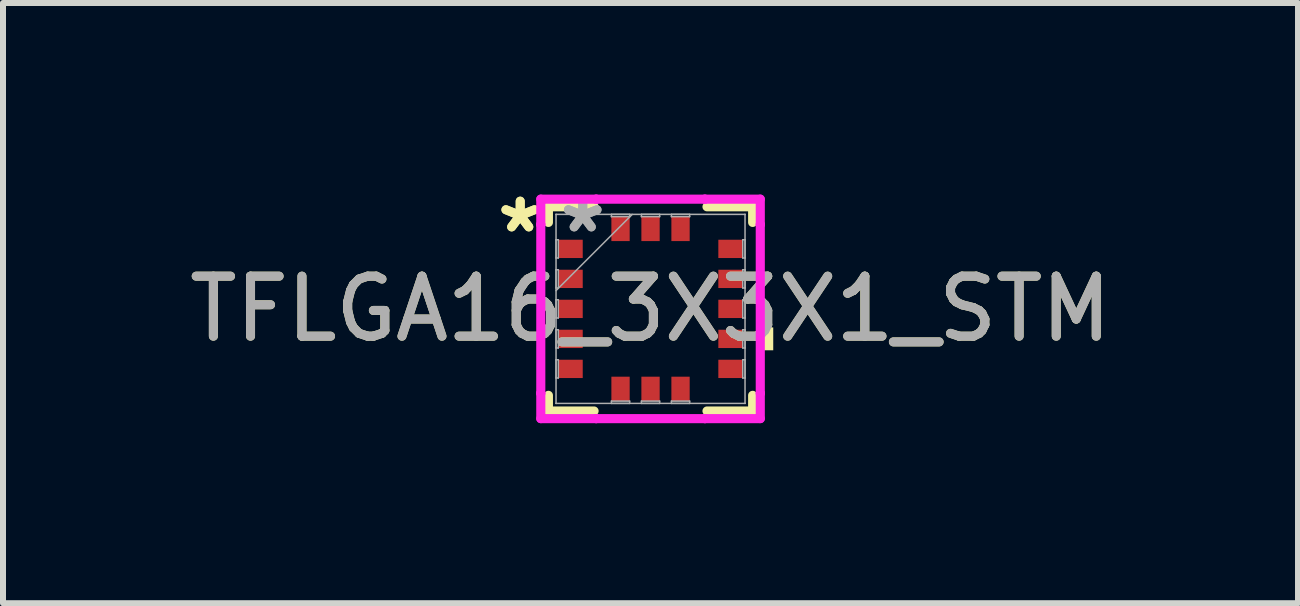
<source format=kicad_pcb>
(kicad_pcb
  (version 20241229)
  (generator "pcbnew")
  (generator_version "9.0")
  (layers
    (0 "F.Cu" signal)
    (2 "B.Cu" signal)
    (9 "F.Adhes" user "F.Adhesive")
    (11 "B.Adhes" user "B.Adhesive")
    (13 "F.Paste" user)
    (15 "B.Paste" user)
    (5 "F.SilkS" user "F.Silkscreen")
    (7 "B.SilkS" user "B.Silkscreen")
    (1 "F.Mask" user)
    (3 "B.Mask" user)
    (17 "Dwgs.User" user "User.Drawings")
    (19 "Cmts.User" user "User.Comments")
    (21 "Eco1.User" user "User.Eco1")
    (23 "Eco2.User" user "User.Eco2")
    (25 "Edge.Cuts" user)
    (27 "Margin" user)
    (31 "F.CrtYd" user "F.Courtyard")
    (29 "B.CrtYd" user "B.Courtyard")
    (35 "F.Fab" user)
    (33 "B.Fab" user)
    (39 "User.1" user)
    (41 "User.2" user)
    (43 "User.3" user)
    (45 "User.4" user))
  (footprint "TFLGA16_3X3X1_STM"
    (layer "F.Cu")
    (at 7.792 2.098)
    (property "Reference" "TFLGA16_3X3X1_STM" (at 0 0 0) (unlocked yes) (layer "F.SilkS") (effects (font (size 1 1) (thickness 0.15))))
    (attr smd)
    (fp_line (start -1.702 -1.702) (end -1.702 -1.441) (stroke (width 0.152) (type solid)) (layer "F.SilkS"))
    (fp_line (start -1.702 1.441) (end -1.702 1.702) (stroke (width 0.152) (type solid)) (layer "F.SilkS"))
    (fp_line (start -1.702 1.702) (end -0.941 1.702) (stroke (width 0.152) (type solid)) (layer "F.SilkS"))
    (fp_line (start -0.941 -1.702) (end -1.702 -1.702) (stroke (width 0.152) (type solid)) (layer "F.SilkS"))
    (fp_line (start 0.941 1.702) (end 1.702 1.702) (stroke (width 0.152) (type solid)) (layer "F.SilkS"))
    (fp_line (start 1.702 -1.702) (end 0.941 -1.702) (stroke (width 0.152) (type solid)) (layer "F.SilkS"))
    (fp_line (start 1.702 -1.441) (end 1.702 -1.702) (stroke (width 0.152) (type solid)) (layer "F.SilkS"))
    (fp_line (start 1.702 1.702) (end 1.702 1.441) (stroke (width 0.152) (type solid)) (layer "F.SilkS"))
    (fp_poly (pts (xy 2.045 0.309) (xy 2.045 0.69) (xy 1.791 0.69) (xy 1.791 0.309)) (stroke (width 0) (type solid)) (fill yes) (layer "F.SilkS"))
    (fp_line (start -1.829 -1.829) (end -0.906 -1.829) (stroke (width 0.152) (type solid)) (layer "F.CrtYd"))
    (fp_line (start -1.829 -1.406) (end -1.829 -1.829) (stroke (width 0.152) (type solid)) (layer "F.CrtYd"))
    (fp_line (start -1.829 -1.406) (end -1.829 -1.406) (stroke (width 0.152) (type solid)) (layer "F.CrtYd"))
    (fp_line (start -1.829 1.406) (end -1.829 -1.406) (stroke (width 0.152) (type solid)) (layer "F.CrtYd"))
    (fp_line (start -1.829 1.406) (end -1.829 1.406) (stroke (width 0.152) (type solid)) (layer "F.CrtYd"))
    (fp_line (start -1.829 1.829) (end -1.829 1.406) (stroke (width 0.152) (type solid)) (layer "F.CrtYd"))
    (fp_line (start -0.906 -1.829) (end -0.906 -1.829) (stroke (width 0.152) (type solid)) (layer "F.CrtYd"))
    (fp_line (start -0.906 -1.829) (end 0.906 -1.829) (stroke (width 0.152) (type solid)) (layer "F.CrtYd"))
    (fp_line (start -0.906 1.829) (end -1.829 1.829) (stroke (width 0.152) (type solid)) (layer "F.CrtYd"))
    (fp_line (start -0.906 1.829) (end -0.906 1.829) (stroke (width 0.152) (type solid)) (layer "F.CrtYd"))
    (fp_line (start 0.906 -1.829) (end 0.906 -1.829) (stroke (width 0.152) (type solid)) (layer "F.CrtYd"))
    (fp_line (start 0.906 -1.829) (end 1.829 -1.829) (stroke (width 0.152) (type solid)) (layer "F.CrtYd"))
    (fp_line (start 0.906 1.829) (end -0.906 1.829) (stroke (width 0.152) (type solid)) (layer "F.CrtYd"))
    (fp_line (start 0.906 1.829) (end 0.906 1.829) (stroke (width 0.152) (type solid)) (layer "F.CrtYd"))
    (fp_line (start 1.829 -1.829) (end 1.829 -1.406) (stroke (width 0.152) (type solid)) (layer "F.CrtYd"))
    (fp_line (start 1.829 -1.406) (end 1.829 -1.406) (stroke (width 0.152) (type solid)) (layer "F.CrtYd"))
    (fp_line (start 1.829 -1.406) (end 1.829 1.406) (stroke (width 0.152) (type solid)) (layer "F.CrtYd"))
    (fp_line (start 1.829 1.406) (end 1.829 1.406) (stroke (width 0.152) (type solid)) (layer "F.CrtYd"))
    (fp_line (start 1.829 1.406) (end 1.829 1.829) (stroke (width 0.152) (type solid)) (layer "F.CrtYd"))
    (fp_line (start 1.829 1.829) (end 0.906 1.829) (stroke (width 0.152) (type solid)) (layer "F.CrtYd"))
    (fp_line (start -1.575 -1.575) (end -1.575 -1.575) (stroke (width 0.025) (type solid)) (layer "F.Fab"))
    (fp_line (start -1.575 -1.575) (end -1.575 1.575) (stroke (width 0.025) (type solid)) (layer "F.Fab"))
    (fp_line (start -1.575 -1.152) (end -1.537 -1.152) (stroke (width 0.025) (type solid)) (layer "F.Fab"))
    (fp_line (start -1.575 -0.848) (end -1.575 -1.152) (stroke (width 0.025) (type solid)) (layer "F.Fab"))
    (fp_line (start -1.575 -0.652) (end -1.537 -0.652) (stroke (width 0.025) (type solid)) (layer "F.Fab"))
    (fp_line (start -1.575 -0.348) (end -1.575 -0.652) (stroke (width 0.025) (type solid)) (layer "F.Fab"))
    (fp_line (start -1.575 -0.305) (end -0.305 -1.575) (stroke (width 0.025) (type solid)) (layer "F.Fab"))
    (fp_line (start -1.575 -0.152) (end -1.537 -0.152) (stroke (width 0.025) (type solid)) (layer "F.Fab"))
    (fp_line (start -1.575 0.152) (end -1.575 -0.152) (stroke (width 0.025) (type solid)) (layer "F.Fab"))
    (fp_line (start -1.575 0.348) (end -1.537 0.348) (stroke (width 0.025) (type solid)) (layer "F.Fab"))
    (fp_line (start -1.575 0.652) (end -1.575 0.348) (stroke (width 0.025) (type solid)) (layer "F.Fab"))
    (fp_line (start -1.575 0.848) (end -1.537 0.848) (stroke (width 0.025) (type solid)) (layer "F.Fab"))
    (fp_line (start -1.575 1.152) (end -1.575 0.848) (stroke (width 0.025) (type solid)) (layer "F.Fab"))
    (fp_line (start -1.575 1.575) (end -1.575 1.575) (stroke (width 0.025) (type solid)) (layer "F.Fab"))
    (fp_line (start -1.575 1.575) (end 1.575 1.575) (stroke (width 0.025) (type solid)) (layer "F.Fab"))
    (fp_line (start -1.537 -1.152) (end -1.537 -0.848) (stroke (width 0.025) (type solid)) (layer "F.Fab"))
    (fp_line (start -1.537 -0.848) (end -1.575 -0.848) (stroke (width 0.025) (type solid)) (layer "F.Fab"))
    (fp_line (start -1.537 -0.652) (end -1.537 -0.348) (stroke (width 0.025) (type solid)) (layer "F.Fab"))
    (fp_line (start -1.537 -0.348) (end -1.575 -0.348) (stroke (width 0.025) (type solid)) (layer "F.Fab"))
    (fp_line (start -1.537 -0.152) (end -1.537 0.152) (stroke (width 0.025) (type solid)) (layer "F.Fab"))
    (fp_line (start -1.537 0.152) (end -1.575 0.152) (stroke (width 0.025) (type solid)) (layer "F.Fab"))
    (fp_line (start -1.537 0.348) (end -1.537 0.652) (stroke (width 0.025) (type solid)) (layer "F.Fab"))
    (fp_line (start -1.537 0.652) (end -1.575 0.652) (stroke (width 0.025) (type solid)) (layer "F.Fab"))
    (fp_line (start -1.537 0.848) (end -1.537 1.152) (stroke (width 0.025) (type solid)) (layer "F.Fab"))
    (fp_line (start -1.537 1.152) (end -1.575 1.152) (stroke (width 0.025) (type solid)) (layer "F.Fab"))
    (fp_line (start -0.652 -1.575) (end -0.348 -1.575) (stroke (width 0.025) (type solid)) (layer "F.Fab"))
    (fp_line (start -0.652 -1.537) (end -0.652 -1.575) (stroke (width 0.025) (type solid)) (layer "F.Fab"))
    (fp_line (start -0.652 1.537) (end -0.348 1.537) (stroke (width 0.025) (type solid)) (layer "F.Fab"))
    (fp_line (start -0.652 1.575) (end -0.652 1.537) (stroke (width 0.025) (type solid)) (layer "F.Fab"))
    (fp_line (start -0.348 -1.575) (end -0.348 -1.537) (stroke (width 0.025) (type solid)) (layer "F.Fab"))
    (fp_line (start -0.348 -1.537) (end -0.652 -1.537) (stroke (width 0.025) (type solid)) (layer "F.Fab"))
    (fp_line (start -0.348 1.537) (end -0.348 1.575) (stroke (width 0.025) (type solid)) (layer "F.Fab"))
    (fp_line (start -0.348 1.575) (end -0.652 1.575) (stroke (width 0.025) (type solid)) (layer "F.Fab"))
    (fp_line (start -0.152 -1.575) (end 0.152 -1.575) (stroke (width 0.025) (type solid)) (layer "F.Fab"))
    (fp_line (start -0.152 -1.537) (end -0.152 -1.575) (stroke (width 0.025) (type solid)) (layer "F.Fab"))
    (fp_line (start -0.152 1.537) (end 0.152 1.537) (stroke (width 0.025) (type solid)) (layer "F.Fab"))
    (fp_line (start -0.152 1.575) (end -0.152 1.537) (stroke (width 0.025) (type solid)) (layer "F.Fab"))
    (fp_line (start 0.152 -1.575) (end 0.152 -1.537) (stroke (width 0.025) (type solid)) (layer "F.Fab"))
    (fp_line (start 0.152 -1.537) (end -0.152 -1.537) (stroke (width 0.025) (type solid)) (layer "F.Fab"))
    (fp_line (start 0.152 1.537) (end 0.152 1.575) (stroke (width 0.025) (type solid)) (layer "F.Fab"))
    (fp_line (start 0.152 1.575) (end -0.152 1.575) (stroke (width 0.025) (type solid)) (layer "F.Fab"))
    (fp_line (start 0.348 -1.575) (end 0.652 -1.575) (stroke (width 0.025) (type solid)) (layer "F.Fab"))
    (fp_line (start 0.348 -1.537) (end 0.348 -1.575) (stroke (width 0.025) (type solid)) (layer "F.Fab"))
    (fp_line (start 0.348 1.537) (end 0.652 1.537) (stroke (width 0.025) (type solid)) (layer "F.Fab"))
    (fp_line (start 0.348 1.575) (end 0.348 1.537) (stroke (width 0.025) (type solid)) (layer "F.Fab"))
    (fp_line (start 0.652 -1.575) (end 0.652 -1.537) (stroke (width 0.025) (type solid)) (layer "F.Fab"))
    (fp_line (start 0.652 -1.537) (end 0.348 -1.537) (stroke (width 0.025) (type solid)) (layer "F.Fab"))
    (fp_line (start 0.652 1.537) (end 0.652 1.575) (stroke (width 0.025) (type solid)) (layer "F.Fab"))
    (fp_line (start 0.652 1.575) (end 0.348 1.575) (stroke (width 0.025) (type solid)) (layer "F.Fab"))
    (fp_line (start 1.537 -1.152) (end 1.575 -1.152) (stroke (width 0.025) (type solid)) (layer "F.Fab"))
    (fp_line (start 1.537 -0.848) (end 1.537 -1.152) (stroke (width 0.025) (type solid)) (layer "F.Fab"))
    (fp_line (start 1.537 -0.652) (end 1.575 -0.652) (stroke (width 0.025) (type solid)) (layer "F.Fab"))
    (fp_line (start 1.537 -0.348) (end 1.537 -0.652) (stroke (width 0.025) (type solid)) (layer "F.Fab"))
    (fp_line (start 1.537 -0.152) (end 1.575 -0.152) (stroke (width 0.025) (type solid)) (layer "F.Fab"))
    (fp_line (start 1.537 0.152) (end 1.537 -0.152) (stroke (width 0.025) (type solid)) (layer "F.Fab"))
    (fp_line (start 1.537 0.348) (end 1.575 0.348) (stroke (width 0.025) (type solid)) (layer "F.Fab"))
    (fp_line (start 1.537 0.652) (end 1.537 0.348) (stroke (width 0.025) (type solid)) (layer "F.Fab"))
    (fp_line (start 1.537 0.848) (end 1.575 0.848) (stroke (width 0.025) (type solid)) (layer "F.Fab"))
    (fp_line (start 1.537 1.152) (end 1.537 0.848) (stroke (width 0.025) (type solid)) (layer "F.Fab"))
    (fp_line (start 1.575 -1.575) (end -1.575 -1.575) (stroke (width 0.025) (type solid)) (layer "F.Fab"))
    (fp_line (start 1.575 -1.575) (end 1.575 -1.575) (stroke (width 0.025) (type solid)) (layer "F.Fab"))
    (fp_line (start 1.575 -1.152) (end 1.575 -0.848) (stroke (width 0.025) (type solid)) (layer "F.Fab"))
    (fp_line (start 1.575 -0.848) (end 1.537 -0.848) (stroke (width 0.025) (type solid)) (layer "F.Fab"))
    (fp_line (start 1.575 -0.652) (end 1.575 -0.348) (stroke (width 0.025) (type solid)) (layer "F.Fab"))
    (fp_line (start 1.575 -0.348) (end 1.537 -0.348) (stroke (width 0.025) (type solid)) (layer "F.Fab"))
    (fp_line (start 1.575 -0.152) (end 1.575 0.152) (stroke (width 0.025) (type solid)) (layer "F.Fab"))
    (fp_line (start 1.575 0.152) (end 1.537 0.152) (stroke (width 0.025) (type solid)) (layer "F.Fab"))
    (fp_line (start 1.575 0.348) (end 1.575 0.652) (stroke (width 0.025) (type solid)) (layer "F.Fab"))
    (fp_line (start 1.575 0.652) (end 1.537 0.652) (stroke (width 0.025) (type solid)) (layer "F.Fab"))
    (fp_line (start 1.575 0.848) (end 1.575 1.152) (stroke (width 0.025) (type solid)) (layer "F.Fab"))
    (fp_line (start 1.575 1.152) (end 1.537 1.152) (stroke (width 0.025) (type solid)) (layer "F.Fab"))
    (fp_line (start 1.575 1.575) (end 1.575 -1.575) (stroke (width 0.025) (type solid)) (layer "F.Fab"))
    (fp_line (start 1.575 1.575) (end 1.575 1.575) (stroke (width 0.025) (type solid)) (layer "F.Fab"))
    (fp_text user "*" (at -2.172 -1.25 0) (unlocked yes) (layer "F.SilkS") (effects (font (size 1 1) (thickness 0.15))))
    (fp_text user "*" (at -2.172 -1.25 0) (layer "F.SilkS") (effects (font (size 1 1) (thickness 0.15))))
    (fp_text user "*" (at -1.13 -1.25 0) (layer "F.Fab") (effects (font (size 1 1) (thickness 0.15))))
    (fp_text user "*" (at -1.13 -1.25 0) (unlocked yes) (layer "F.Fab") (effects (font (size 1 1) (thickness 0.15))))
    (fp_text user "${REFERENCE}" (at 0 0 0) (unlocked yes) (layer "F.Fab") (effects (font (size 1 1) (thickness 0.15))))
    (pad "1" smd rect (at -1.333 -1 90) (size 0.305 0.406) (layers "F.Cu" "F.Mask" "F.Paste"))
    (pad "2" smd rect (at -1.333 -0.5 90) (size 0.305 0.406) (layers "F.Cu" "F.Mask" "F.Paste"))
    (pad "3" smd rect (at -1.333 0 90) (size 0.305 0.406) (layers "F.Cu" "F.Mask" "F.Paste"))
    (pad "4" smd rect (at -1.333 0.5 90) (size 0.305 0.406) (layers "F.Cu" "F.Mask" "F.Paste"))
    (pad "5" smd rect (at -1.333 1 90) (size 0.305 0.406) (layers "F.Cu" "F.Mask" "F.Paste"))
    (pad "6" smd rect (at -0.5 1.333) (size 0.305 0.406) (layers "F.Cu" "F.Mask" "F.Paste"))
    (pad "7" smd rect (at 0 1.333) (size 0.305 0.406) (layers "F.Cu" "F.Mask" "F.Paste"))
    (pad "8" smd rect (at 0.5 1.333) (size 0.305 0.406) (layers "F.Cu" "F.Mask" "F.Paste"))
    (pad "9" smd rect (at 1.333 1 90) (size 0.305 0.406) (layers "F.Cu" "F.Mask" "F.Paste"))
    (pad "10" smd rect (at 1.333 0.5 90) (size 0.305 0.406) (layers "F.Cu" "F.Mask" "F.Paste"))
    (pad "11" smd rect (at 1.333 0 90) (size 0.305 0.406) (layers "F.Cu" "F.Mask" "F.Paste"))
    (pad "12" smd rect (at 1.333 -0.5 90) (size 0.305 0.406) (layers "F.Cu" "F.Mask" "F.Paste"))
    (pad "13" smd rect (at 1.333 -1 90) (size 0.305 0.406) (layers "F.Cu" "F.Mask" "F.Paste"))
    (pad "14" smd rect (at 0.5 -1.333) (size 0.305 0.406) (layers "F.Cu" "F.Mask" "F.Paste"))
    (pad "15" smd rect (at 0 -1.333) (size 0.305 0.406) (layers "F.Cu" "F.Mask" "F.Paste"))
    (pad "16" smd rect (at -0.5 -1.333) (size 0.305 0.406) (layers "F.Cu" "F.Mask" "F.Paste")))
  (gr_rect
    (start -3 -3)
    (end 18.583 7.003)
    (stroke (width 0.1) (type default))
    (fill no)
    (layer "Edge.Cuts")))
</source>
